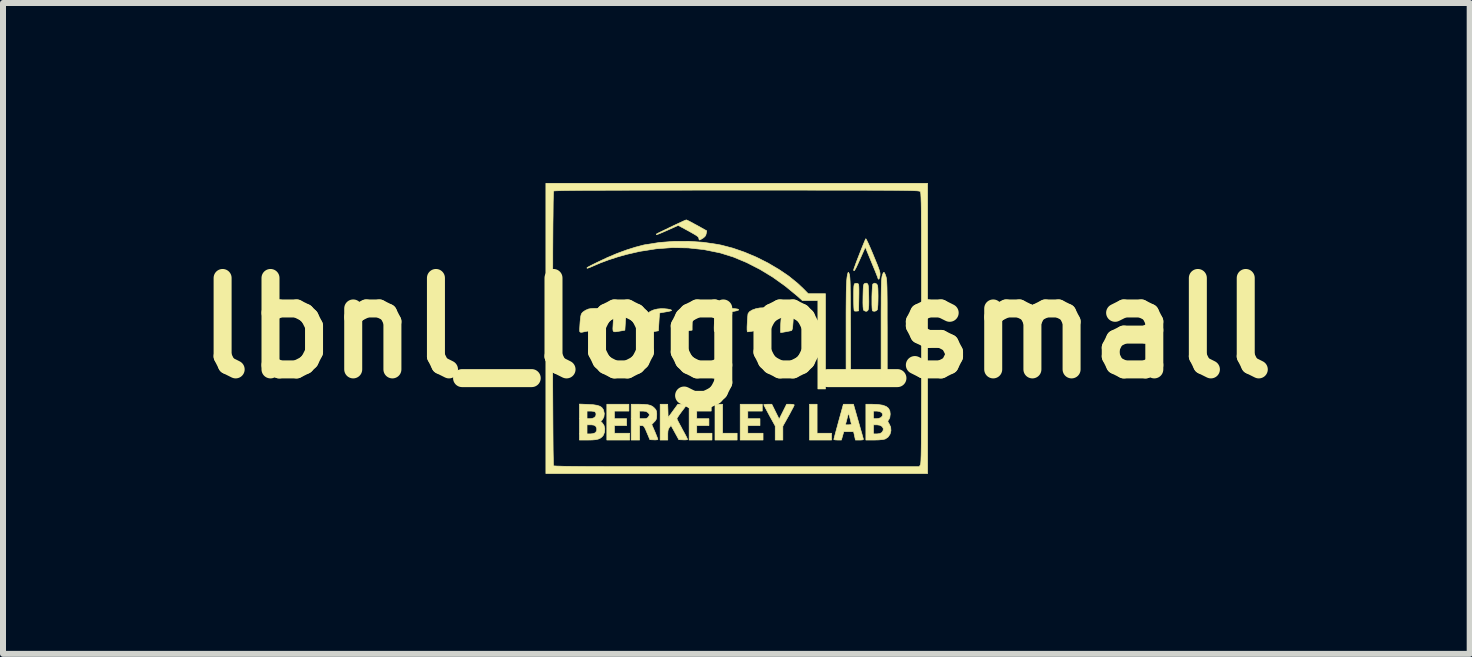
<source format=kicad_pcb>
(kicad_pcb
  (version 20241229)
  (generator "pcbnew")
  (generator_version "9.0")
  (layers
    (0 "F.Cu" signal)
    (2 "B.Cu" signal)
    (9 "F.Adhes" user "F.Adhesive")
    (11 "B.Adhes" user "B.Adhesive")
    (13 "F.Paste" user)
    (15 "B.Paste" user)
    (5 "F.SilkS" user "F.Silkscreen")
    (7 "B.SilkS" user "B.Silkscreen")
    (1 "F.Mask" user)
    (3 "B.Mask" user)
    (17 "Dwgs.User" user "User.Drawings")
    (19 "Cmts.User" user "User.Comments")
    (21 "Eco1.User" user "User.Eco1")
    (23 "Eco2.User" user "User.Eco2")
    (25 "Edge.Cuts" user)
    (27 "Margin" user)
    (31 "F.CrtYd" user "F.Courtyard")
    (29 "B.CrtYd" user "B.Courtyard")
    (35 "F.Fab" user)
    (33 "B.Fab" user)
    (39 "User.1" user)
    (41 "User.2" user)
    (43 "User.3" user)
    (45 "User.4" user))
  (footprint "lbnl_logo_small"
    (layer "F.Cu")
    (at 9.224 2.418)
    (property "Reference" "lbnl_logo_small" (at 0 0 0) (layer "F.SilkS") (effects (font (size 1.524 1.524) (thickness 0.3))))
    (attr through_hole)
    (fp_poly (pts (xy -0.229 1.753) (xy 0.013 1.753) (xy 0.013 1.867) (xy -0.356 1.867) (xy -0.356 1.27) (xy -0.229 1.27) (xy -0.229 1.753)) (stroke (width 0.01) (type solid)) (fill yes) (layer "F.SilkS"))
    (fp_poly (pts (xy 1.346 1.753) (xy 1.587 1.753) (xy 1.587 1.867) (xy 1.219 1.867) (xy 1.219 1.27) (xy 1.346 1.27) (xy 1.346 1.753)) (stroke (width 0.01) (type solid)) (fill yes) (layer "F.SilkS"))
    (fp_poly (pts (xy -1.791 1.384) (xy -2.032 1.384) (xy -2.032 1.511) (xy -1.829 1.511) (xy -1.829 1.626) (xy -2.032 1.626) (xy -2.032 1.753) (xy -1.778 1.753) (xy -1.778 1.867) (xy -2.159 1.867) (xy -2.159 1.27) (xy -1.791 1.27) (xy -1.791 1.384)) (stroke (width 0.01) (type solid)) (fill yes) (layer "F.SilkS"))
    (fp_poly (pts (xy -0.419 1.384) (xy -0.66 1.384) (xy -0.66 1.511) (xy -0.457 1.511) (xy -0.457 1.626) (xy -0.66 1.626) (xy -0.66 1.753) (xy -0.406 1.753) (xy -0.406 1.867) (xy -0.787 1.867) (xy -0.787 1.27) (xy -0.419 1.27) (xy -0.419 1.384)) (stroke (width 0.01) (type solid)) (fill yes) (layer "F.SilkS"))
    (fp_poly (pts (xy 0.432 1.384) (xy 0.191 1.384) (xy 0.191 1.511) (xy 0.394 1.511) (xy 0.394 1.626) (xy 0.191 1.626) (xy 0.191 1.753) (xy 0.445 1.753) (xy 0.445 1.867) (xy 0.064 1.867) (xy 0.064 1.27) (xy 0.432 1.27) (xy 0.432 1.384)) (stroke (width 0.01) (type solid)) (fill yes) (layer "F.SilkS"))
    (fp_poly (pts (xy 0.714 1.518) (xy 0.838 1.27) (xy 0.902 1.27) (xy 0.938 1.272) (xy 0.961 1.278) (xy 0.965 1.283) (xy 0.959 1.298) (xy 0.943 1.331) (xy 0.918 1.377) (xy 0.888 1.434) (xy 0.87 1.466) (xy 0.775 1.636) (xy 0.775 1.867) (xy 0.648 1.867) (xy 0.648 1.633) (xy 0.552 1.459) (xy 0.52 1.399) (xy 0.492 1.347) (xy 0.471 1.307) (xy 0.459 1.283) (xy 0.457 1.277) (xy 0.469 1.273) (xy 0.498 1.271) (xy 0.524 1.27) (xy 0.591 1.27) (xy 0.714 1.518)) (stroke (width 0.01) (type solid)) (fill yes) (layer "F.SilkS"))
    (fp_poly (pts (xy 2.021 -0.742) (xy 2.03 -0.738) (xy 2.036 -0.729) (xy 2.04 -0.712) (xy 2.042 -0.684) (xy 2.043 -0.64) (xy 2.043 -0.577) (xy 2.042 -0.51) (xy 2.038 -0.286) (xy 2.006 -0.282) (xy 1.978 -0.282) (xy 1.965 -0.287) (xy 1.962 -0.302) (xy 1.959 -0.339) (xy 1.957 -0.391) (xy 1.956 -0.457) (xy 1.956 -0.515) (xy 1.956 -0.596) (xy 1.957 -0.654) (xy 1.959 -0.694) (xy 1.963 -0.72) (xy 1.968 -0.734) (xy 1.975 -0.741) (xy 1.977 -0.742) (xy 2.006 -0.745) (xy 2.021 -0.742)) (stroke (width 0.01) (type solid)) (fill yes) (layer "F.SilkS"))
    (fp_poly (pts (xy 2.333 -0.738) (xy 2.342 -0.729) (xy 2.35 -0.717) (xy 2.356 -0.696) (xy 2.359 -0.663) (xy 2.361 -0.613) (xy 2.362 -0.543) (xy 2.362 -0.519) (xy 2.361 -0.448) (xy 2.359 -0.386) (xy 2.355 -0.338) (xy 2.351 -0.309) (xy 2.349 -0.304) (xy 2.328 -0.286) (xy 2.298 -0.279) (xy 2.272 -0.285) (xy 2.269 -0.288) (xy 2.265 -0.305) (xy 2.262 -0.341) (xy 2.26 -0.393) (xy 2.26 -0.455) (xy 2.26 -0.521) (xy 2.262 -0.586) (xy 2.265 -0.645) (xy 2.268 -0.693) (xy 2.272 -0.725) (xy 2.276 -0.734) (xy 2.304 -0.748) (xy 2.333 -0.738)) (stroke (width 0.01) (type solid)) (fill yes) (layer "F.SilkS"))
    (fp_poly (pts (xy 1.88 -0.907) (xy 1.887 -0.883) (xy 1.89 -0.862) (xy 1.893 -0.828) (xy 1.896 -0.78) (xy 1.898 -0.716) (xy 1.899 -0.634) (xy 1.901 -0.534) (xy 1.902 -0.414) (xy 1.903 -0.272) (xy 1.903 -0.107) (xy 1.904 0.048) (xy 1.905 0.914) (xy 1.829 0.914) (xy 1.829 0.07) (xy 1.829 -0.107) (xy 1.829 -0.262) (xy 1.83 -0.394) (xy 1.831 -0.507) (xy 1.832 -0.602) (xy 1.834 -0.681) (xy 1.837 -0.745) (xy 1.84 -0.797) (xy 1.844 -0.839) (xy 1.849 -0.872) (xy 1.854 -0.898) (xy 1.861 -0.919) (xy 1.863 -0.927) (xy 1.87 -0.928) (xy 1.88 -0.907)) (stroke (width 0.01) (type solid)) (fill yes) (layer "F.SilkS"))
    (fp_poly (pts (xy 2.181 -0.742) (xy 2.19 -0.733) (xy 2.196 -0.719) (xy 2.2 -0.694) (xy 2.203 -0.656) (xy 2.205 -0.6) (xy 2.207 -0.522) (xy 2.207 -0.521) (xy 2.208 -0.436) (xy 2.207 -0.374) (xy 2.203 -0.33) (xy 2.197 -0.302) (xy 2.186 -0.287) (xy 2.171 -0.28) (xy 2.159 -0.279) (xy 2.132 -0.289) (xy 2.122 -0.297) (xy 2.116 -0.316) (xy 2.112 -0.358) (xy 2.11 -0.422) (xy 2.111 -0.511) (xy 2.111 -0.521) (xy 2.113 -0.599) (xy 2.115 -0.656) (xy 2.118 -0.694) (xy 2.122 -0.719) (xy 2.128 -0.733) (xy 2.137 -0.741) (xy 2.137 -0.742) (xy 2.164 -0.749) (xy 2.181 -0.742)) (stroke (width 0.01) (type solid)) (fill yes) (layer "F.SilkS"))
    (fp_poly (pts (xy -1.773 -0.328) (xy -1.709 -0.324) (xy -1.667 -0.317) (xy -1.649 -0.308) (xy -1.655 -0.298) (xy -1.686 -0.288) (xy -1.733 -0.279) (xy -1.779 -0.27) (xy -1.815 -0.262) (xy -1.834 -0.256) (xy -1.835 -0.255) (xy -1.837 -0.239) (xy -1.841 -0.204) (xy -1.845 -0.155) (xy -1.849 -0.105) (xy -1.858 0.036) (xy -1.936 0.05) (xy -1.989 0.059) (xy -2.024 0.063) (xy -2.046 0.058) (xy -2.056 0.041) (xy -2.058 0.007) (xy -2.055 -0.047) (xy -2.053 -0.085) (xy -2.049 -0.15) (xy -2.045 -0.196) (xy -2.039 -0.226) (xy -2.03 -0.246) (xy -2.018 -0.262) (xy -1.969 -0.298) (xy -1.905 -0.32) (xy -1.822 -0.329) (xy -1.773 -0.328)) (stroke (width 0.01) (type solid)) (fill yes) (layer "F.SilkS"))
    (fp_poly (pts (xy -0.654 -0.328) (xy -0.59 -0.323) (xy -0.549 -0.316) (xy -0.532 -0.307) (xy -0.538 -0.297) (xy -0.569 -0.287) (xy -0.6 -0.281) (xy -0.645 -0.273) (xy -0.682 -0.268) (xy -0.701 -0.267) (xy -0.713 -0.255) (xy -0.723 -0.22) (xy -0.73 -0.167) (xy -0.735 -0.099) (xy -0.737 -0.03) (xy -0.737 0.035) (xy -0.817 0.049) (xy -0.87 0.059) (xy -0.906 0.063) (xy -0.928 0.058) (xy -0.938 0.041) (xy -0.941 0.007) (xy -0.938 -0.047) (xy -0.936 -0.084) (xy -0.933 -0.149) (xy -0.928 -0.194) (xy -0.922 -0.224) (xy -0.914 -0.245) (xy -0.901 -0.261) (xy -0.901 -0.261) (xy -0.852 -0.298) (xy -0.788 -0.32) (xy -0.707 -0.329) (xy -0.654 -0.328)) (stroke (width 0.01) (type solid)) (fill yes) (layer "F.SilkS"))
    (fp_poly (pts (xy 2.47 -0.92) (xy 2.484 -0.887) (xy 2.494 -0.858) (xy 2.498 -0.843) (xy 2.502 -0.825) (xy 2.505 -0.801) (xy 2.507 -0.769) (xy 2.509 -0.727) (xy 2.511 -0.675) (xy 2.512 -0.609) (xy 2.513 -0.527) (xy 2.514 -0.429) (xy 2.514 -0.312) (xy 2.514 -0.174) (xy 2.515 -0.013) (xy 2.515 0.059) (xy 2.515 0.914) (xy 2.413 0.914) (xy 2.413 0.047) (xy 2.413 -0.125) (xy 2.413 -0.274) (xy 2.414 -0.401) (xy 2.414 -0.508) (xy 2.415 -0.597) (xy 2.416 -0.67) (xy 2.418 -0.728) (xy 2.419 -0.775) (xy 2.422 -0.811) (xy 2.425 -0.838) (xy 2.428 -0.859) (xy 2.432 -0.875) (xy 2.434 -0.881) (xy 2.447 -0.916) (xy 2.458 -0.929) (xy 2.47 -0.92)) (stroke (width 0.01) (type solid)) (fill yes) (layer "F.SilkS"))
    (fp_poly (pts (xy -0.092 -0.328) (xy -0.026 -0.323) (xy 0.018 -0.317) (xy 0.039 -0.308) (xy 0.036 -0.299) (xy 0.01 -0.289) (xy -0.029 -0.281) (xy -0.074 -0.273) (xy -0.111 -0.268) (xy -0.129 -0.267) (xy -0.142 -0.255) (xy -0.152 -0.22) (xy -0.16 -0.166) (xy -0.164 -0.095) (xy -0.165 -0.038) (xy -0.165 0.035) (xy -0.246 0.049) (xy -0.302 0.059) (xy -0.338 0.062) (xy -0.359 0.06) (xy -0.367 0.052) (xy -0.369 0.041) (xy -0.37 -0.006) (xy -0.368 -0.064) (xy -0.365 -0.125) (xy -0.361 -0.177) (xy -0.358 -0.209) (xy -0.35 -0.238) (xy -0.337 -0.259) (xy -0.31 -0.279) (xy -0.279 -0.296) (xy -0.244 -0.313) (xy -0.215 -0.324) (xy -0.183 -0.329) (xy -0.14 -0.329) (xy -0.092 -0.328)) (stroke (width 0.01) (type solid)) (fill yes) (layer "F.SilkS"))
    (fp_poly (pts (xy -1.2 -0.322) (xy -1.148 -0.317) (xy -1.107 -0.309) (xy -1.083 -0.3) (xy -1.079 -0.294) (xy -1.091 -0.287) (xy -1.122 -0.279) (xy -1.166 -0.271) (xy -1.177 -0.269) (xy -1.224 -0.261) (xy -1.259 -0.255) (xy -1.277 -0.251) (xy -1.278 -0.25) (xy -1.28 -0.237) (xy -1.283 -0.204) (xy -1.287 -0.155) (xy -1.29 -0.1) (xy -1.299 0.046) (xy -1.386 0.061) (xy -1.432 0.069) (xy -1.469 0.074) (xy -1.488 0.076) (xy -1.488 0.076) (xy -1.494 0.068) (xy -1.497 0.041) (xy -1.498 -0.006) (xy -1.495 -0.077) (xy -1.495 -0.077) (xy -1.491 -0.139) (xy -1.485 -0.191) (xy -1.479 -0.23) (xy -1.473 -0.248) (xy -1.436 -0.277) (xy -1.382 -0.301) (xy -1.319 -0.317) (xy -1.258 -0.323) (xy -1.2 -0.322)) (stroke (width 0.01) (type solid)) (fill yes) (layer "F.SilkS"))
    (fp_poly (pts (xy 0.524 -0.331) (xy 0.563 -0.321) (xy 0.589 -0.312) (xy 0.597 -0.306) (xy 0.585 -0.3) (xy 0.555 -0.292) (xy 0.512 -0.283) (xy 0.507 -0.283) (xy 0.462 -0.275) (xy 0.427 -0.267) (xy 0.41 -0.261) (xy 0.409 -0.261) (xy 0.403 -0.243) (xy 0.396 -0.207) (xy 0.39 -0.158) (xy 0.385 -0.103) (xy 0.382 -0.049) (xy 0.382 -0.038) (xy 0.381 0.033) (xy 0.292 0.048) (xy 0.246 0.056) (xy 0.209 0.061) (xy 0.189 0.063) (xy 0.188 0.064) (xy 0.182 0.055) (xy 0.179 0.028) (xy 0.179 -0.02) (xy 0.182 -0.08) (xy 0.185 -0.139) (xy 0.189 -0.19) (xy 0.193 -0.227) (xy 0.196 -0.242) (xy 0.221 -0.274) (xy 0.266 -0.301) (xy 0.324 -0.322) (xy 0.39 -0.335) (xy 0.459 -0.338) (xy 0.524 -0.331)) (stroke (width 0.01) (type solid)) (fill yes) (layer "F.SilkS"))
    (fp_poly (pts (xy 1.074 -0.324) (xy 1.104 -0.318) (xy 1.137 -0.306) (xy 1.145 -0.296) (xy 1.129 -0.287) (xy 1.088 -0.278) (xy 1.058 -0.273) (xy 1.016 -0.267) (xy 0.986 -0.257) (xy 0.967 -0.239) (xy 0.956 -0.209) (xy 0.949 -0.163) (xy 0.945 -0.099) (xy 0.94 -0.036) (xy 0.935 0.006) (xy 0.928 0.03) (xy 0.92 0.042) (xy 0.916 0.043) (xy 0.895 0.048) (xy 0.859 0.055) (xy 0.817 0.063) (xy 0.777 0.07) (xy 0.748 0.075) (xy 0.739 0.076) (xy 0.737 0.064) (xy 0.737 0.032) (xy 0.738 -0.016) (xy 0.74 -0.075) (xy 0.74 -0.077) (xy 0.745 -0.146) (xy 0.751 -0.201) (xy 0.758 -0.237) (xy 0.764 -0.25) (xy 0.804 -0.281) (xy 0.861 -0.306) (xy 0.93 -0.322) (xy 1.003 -0.329) (xy 1.074 -0.324)) (stroke (width 0.01) (type solid)) (fill yes) (layer "F.SilkS"))
    (fp_poly (pts (xy -2.306 -0.326) (xy -2.253 -0.321) (xy -2.214 -0.313) (xy -2.204 -0.308) (xy -2.194 -0.3) (xy -2.201 -0.293) (xy -2.227 -0.286) (xy -2.255 -0.28) (xy -2.301 -0.271) (xy -2.339 -0.264) (xy -2.357 -0.26) (xy -2.374 -0.252) (xy -2.384 -0.231) (xy -2.391 -0.193) (xy -2.392 -0.188) (xy -2.397 -0.135) (xy -2.4 -0.075) (xy -2.4 -0.042) (xy -2.4 0.036) (xy -2.473 0.05) (xy -2.519 0.059) (xy -2.558 0.067) (xy -2.575 0.071) (xy -2.601 0.069) (xy -2.61 0.06) (xy -2.612 0.042) (xy -2.611 0.003) (xy -2.608 -0.048) (xy -2.605 -0.095) (xy -2.599 -0.157) (xy -2.593 -0.199) (xy -2.586 -0.227) (xy -2.576 -0.246) (xy -2.562 -0.262) (xy -2.554 -0.269) (xy -2.516 -0.295) (xy -2.47 -0.315) (xy -2.461 -0.318) (xy -2.418 -0.325) (xy -2.364 -0.328) (xy -2.306 -0.326)) (stroke (width 0.01) (type solid)) (fill yes) (layer "F.SilkS"))
    (fp_poly (pts (xy -0.819 -1.797) (xy -0.786 -1.781) (xy -0.74 -1.757) (xy -0.684 -1.726) (xy -0.657 -1.712) (xy -0.493 -1.62) (xy -0.502 -1.576) (xy -0.51 -1.546) (xy -0.526 -1.523) (xy -0.554 -1.5) (xy -0.587 -1.48) (xy -0.61 -1.468) (xy -0.62 -1.471) (xy -0.625 -1.493) (xy -0.629 -1.508) (xy -0.641 -1.523) (xy -0.664 -1.541) (xy -0.702 -1.564) (xy -0.756 -1.595) (xy -0.799 -1.619) (xy -0.969 -1.711) (xy -1.147 -1.631) (xy -1.209 -1.604) (xy -1.263 -1.581) (xy -1.303 -1.565) (xy -1.327 -1.557) (xy -1.332 -1.556) (xy -1.332 -1.567) (xy -1.318 -1.575) (xy -1.285 -1.592) (xy -1.237 -1.615) (xy -1.179 -1.643) (xy -1.115 -1.674) (xy -1.05 -1.705) (xy -0.986 -1.735) (xy -0.928 -1.762) (xy -0.881 -1.784) (xy -0.848 -1.798) (xy -0.834 -1.803) (xy -0.834 -1.803) (xy -0.819 -1.797)) (stroke (width 0.01) (type solid)) (fill yes) (layer "F.SilkS"))
    (fp_poly (pts (xy -0.845 1.272) (xy -0.836 1.279) (xy -0.841 1.295) (xy -0.859 1.323) (xy -0.892 1.366) (xy -0.917 1.399) (xy -0.949 1.443) (xy -0.973 1.479) (xy -0.988 1.504) (xy -0.991 1.51) (xy -0.985 1.526) (xy -0.969 1.559) (xy -0.944 1.606) (xy -0.914 1.661) (xy -0.902 1.685) (xy -0.87 1.743) (xy -0.843 1.793) (xy -0.824 1.831) (xy -0.814 1.853) (xy -0.813 1.857) (xy -0.824 1.862) (xy -0.854 1.865) (xy -0.886 1.864) (xy -0.959 1.861) (xy -1.024 1.742) (xy -1.089 1.624) (xy -1.116 1.658) (xy -1.132 1.684) (xy -1.14 1.716) (xy -1.143 1.763) (xy -1.143 1.78) (xy -1.143 1.867) (xy -1.27 1.867) (xy -1.27 1.27) (xy -1.144 1.27) (xy -1.14 1.381) (xy -1.137 1.492) (xy -1.056 1.381) (xy -0.975 1.27) (xy -0.899 1.27) (xy -0.866 1.27) (xy -0.845 1.272)) (stroke (width 0.01) (type solid)) (fill yes) (layer "F.SilkS"))
    (fp_poly (pts (xy 2.165 -1.48) (xy 2.18 -1.451) (xy 2.202 -1.405) (xy 2.229 -1.344) (xy 2.26 -1.272) (xy 2.284 -1.214) (xy 2.321 -1.124) (xy 2.35 -1.054) (xy 2.37 -1.001) (xy 2.384 -0.961) (xy 2.392 -0.931) (xy 2.395 -0.908) (xy 2.395 -0.887) (xy 2.393 -0.871) (xy 2.386 -0.837) (xy 2.377 -0.816) (xy 2.373 -0.813) (xy 2.362 -0.822) (xy 2.362 -0.824) (xy 2.358 -0.838) (xy 2.345 -0.872) (xy 2.325 -0.923) (xy 2.299 -0.987) (xy 2.269 -1.059) (xy 2.256 -1.091) (xy 2.15 -1.348) (xy 2.062 -1.15) (xy 2.026 -1.07) (xy 1.999 -1.012) (xy 1.978 -0.974) (xy 1.965 -0.956) (xy 1.958 -0.955) (xy 1.956 -0.971) (xy 1.96 -0.987) (xy 1.973 -1.023) (xy 1.991 -1.074) (xy 2.014 -1.135) (xy 2.04 -1.202) (xy 2.067 -1.271) (xy 2.093 -1.337) (xy 2.117 -1.396) (xy 2.137 -1.444) (xy 2.151 -1.477) (xy 2.158 -1.489) (xy 2.165 -1.48)) (stroke (width 0.01) (type solid)) (fill yes) (layer "F.SilkS"))
    (fp_poly (pts (xy 2.031 1.546) (xy 2.054 1.627) (xy 2.075 1.701) (xy 2.093 1.763) (xy 2.106 1.81) (xy 2.114 1.839) (xy 2.116 1.845) (xy 2.117 1.858) (xy 2.105 1.864) (xy 2.076 1.867) (xy 2.054 1.867) (xy 1.985 1.867) (xy 1.97 1.797) (xy 1.954 1.727) (xy 1.791 1.727) (xy 1.751 1.867) (xy 1.688 1.867) (xy 1.652 1.865) (xy 1.629 1.861) (xy 1.625 1.857) (xy 1.628 1.843) (xy 1.637 1.808) (xy 1.651 1.755) (xy 1.669 1.688) (xy 1.69 1.613) (xy 1.818 1.613) (xy 1.868 1.613) (xy 1.899 1.611) (xy 1.916 1.605) (xy 1.917 1.603) (xy 1.914 1.587) (xy 1.906 1.553) (xy 1.895 1.509) (xy 1.894 1.505) (xy 1.871 1.416) (xy 1.855 1.473) (xy 1.843 1.519) (xy 1.832 1.562) (xy 1.829 1.572) (xy 1.818 1.613) (xy 1.69 1.613) (xy 1.69 1.611) (xy 1.704 1.559) (xy 1.784 1.27) (xy 1.952 1.27) (xy 2.031 1.546)) (stroke (width 0.01) (type solid)) (fill yes) (layer "F.SilkS"))
    (fp_poly (pts (xy -1.622 1.27) (xy -1.54 1.272) (xy -1.478 1.278) (xy -1.432 1.289) (xy -1.395 1.308) (xy -1.365 1.334) (xy -1.365 1.334) (xy -1.343 1.36) (xy -1.331 1.387) (xy -1.327 1.424) (xy -1.327 1.448) (xy -1.329 1.493) (xy -1.336 1.522) (xy -1.352 1.548) (xy -1.369 1.565) (xy -1.41 1.608) (xy -1.359 1.725) (xy -1.338 1.776) (xy -1.321 1.819) (xy -1.31 1.847) (xy -1.308 1.855) (xy -1.32 1.862) (xy -1.35 1.865) (xy -1.374 1.864) (xy -1.441 1.861) (xy -1.491 1.743) (xy -1.514 1.689) (xy -1.531 1.655) (xy -1.545 1.636) (xy -1.559 1.628) (xy -1.576 1.626) (xy -1.577 1.626) (xy -1.613 1.626) (xy -1.613 1.867) (xy -1.753 1.867) (xy -1.753 1.384) (xy -1.613 1.384) (xy -1.613 1.511) (xy -1.55 1.511) (xy -1.508 1.509) (xy -1.483 1.499) (xy -1.468 1.483) (xy -1.451 1.455) (xy -1.452 1.435) (xy -1.472 1.411) (xy -1.473 1.41) (xy -1.505 1.39) (xy -1.554 1.384) (xy -1.556 1.384) (xy -1.613 1.384) (xy -1.753 1.384) (xy -1.753 1.27) (xy -1.622 1.27)) (stroke (width 0.01) (type solid)) (fill yes) (layer "F.SilkS"))
    (fp_poly (pts (xy 2.36 1.274) (xy 2.439 1.286) (xy 2.497 1.307) (xy 2.536 1.338) (xy 2.559 1.381) (xy 2.565 1.434) (xy 2.558 1.493) (xy 2.542 1.525) (xy 2.528 1.544) (xy 2.526 1.56) (xy 2.538 1.583) (xy 2.548 1.598) (xy 2.573 1.653) (xy 2.577 1.712) (xy 2.562 1.769) (xy 2.53 1.816) (xy 2.483 1.849) (xy 2.483 1.849) (xy 2.439 1.859) (xy 2.371 1.865) (xy 2.299 1.867) (xy 2.159 1.867) (xy 2.159 1.613) (xy 2.286 1.613) (xy 2.286 1.765) (xy 2.343 1.765) (xy 2.392 1.759) (xy 2.425 1.741) (xy 2.426 1.74) (xy 2.448 1.704) (xy 2.448 1.67) (xy 2.428 1.64) (xy 2.391 1.62) (xy 2.343 1.613) (xy 2.286 1.613) (xy 2.159 1.613) (xy 2.159 1.384) (xy 2.286 1.384) (xy 2.286 1.511) (xy 2.334 1.511) (xy 2.374 1.506) (xy 2.408 1.493) (xy 2.41 1.492) (xy 2.435 1.464) (xy 2.438 1.435) (xy 2.422 1.409) (xy 2.388 1.391) (xy 2.342 1.384) (xy 2.286 1.384) (xy 2.159 1.384) (xy 2.159 1.27) (xy 2.259 1.27) (xy 2.36 1.274)) (stroke (width 0.01) (type solid)) (fill yes) (layer "F.SilkS"))
    (fp_poly (pts (xy -0.547 -1.429) (xy -0.313 -1.394) (xy -0.255 -1.383) (xy -0.06 -1.332) (xy 0.137 -1.264) (xy 0.334 -1.181) (xy 0.525 -1.085) (xy 0.707 -0.978) (xy 0.875 -0.864) (xy 1.024 -0.743) (xy 1.111 -0.661) (xy 1.199 -0.572) (xy 1.486 -0.572) (xy 1.486 1.016) (xy 1.359 1.016) (xy 1.359 -0.457) (xy 1.102 -0.457) (xy 1.012 -0.538) (xy 0.812 -0.702) (xy 0.603 -0.851) (xy 0.388 -0.981) (xy 0.171 -1.092) (xy -0.047 -1.183) (xy -0.261 -1.25) (xy -0.286 -1.256) (xy -0.543 -1.308) (xy -0.803 -1.336) (xy -1.067 -1.341) (xy -1.335 -1.321) (xy -1.61 -1.278) (xy -1.836 -1.226) (xy -1.984 -1.184) (xy -2.131 -1.136) (xy -2.268 -1.085) (xy -2.38 -1.037) (xy -2.426 -1.017) (xy -2.462 -1.003) (xy -2.484 -0.996) (xy -2.487 -0.997) (xy -2.49 -1.001) (xy -2.489 -1.005) (xy -2.48 -1.012) (xy -2.461 -1.023) (xy -2.429 -1.04) (xy -2.38 -1.065) (xy -2.314 -1.097) (xy -2.154 -1.173) (xy -1.991 -1.242) (xy -1.831 -1.301) (xy -1.679 -1.349) (xy -1.541 -1.385) (xy -1.518 -1.389) (xy -1.283 -1.426) (xy -1.039 -1.445) (xy -0.791 -1.446) (xy -0.547 -1.429)) (stroke (width 0.01) (type solid)) (fill yes) (layer "F.SilkS"))
    (fp_poly (pts (xy -2.473 1.273) (xy -2.387 1.278) (xy -2.322 1.288) (xy -2.276 1.303) (xy -2.243 1.324) (xy -2.221 1.354) (xy -2.214 1.367) (xy -2.201 1.426) (xy -2.208 1.482) (xy -2.233 1.528) (xy -2.235 1.53) (xy -2.261 1.558) (xy -2.235 1.581) (xy -2.206 1.623) (xy -2.193 1.677) (xy -2.197 1.734) (xy -2.216 1.785) (xy -2.238 1.813) (xy -2.268 1.836) (xy -2.302 1.851) (xy -2.346 1.861) (xy -2.406 1.866) (xy -2.477 1.867) (xy -2.616 1.867) (xy -2.616 1.613) (xy -2.489 1.613) (xy -2.489 1.765) (xy -2.435 1.765) (xy -2.394 1.761) (xy -2.359 1.749) (xy -2.352 1.746) (xy -2.329 1.716) (xy -2.326 1.678) (xy -2.341 1.641) (xy -2.345 1.636) (xy -2.372 1.619) (xy -2.416 1.613) (xy -2.428 1.613) (xy -2.489 1.613) (xy -2.616 1.613) (xy -2.616 1.384) (xy -2.489 1.384) (xy -2.489 1.511) (xy -2.441 1.511) (xy -2.401 1.506) (xy -2.368 1.493) (xy -2.365 1.492) (xy -2.343 1.463) (xy -2.338 1.429) (xy -2.352 1.4) (xy -2.373 1.39) (xy -2.409 1.385) (xy -2.428 1.384) (xy -2.489 1.384) (xy -2.616 1.384) (xy -2.616 1.267) (xy -2.473 1.273)) (stroke (width 0.01) (type solid)) (fill yes) (layer "F.SilkS"))
    (fp_poly (pts (xy 3.188 2.426) (xy -3.175 2.426) (xy -3.175 -0.062) (xy -3.062 -0.062) (xy -3.062 0.147) (xy -3.062 0.356) (xy -3.062 0.561) (xy -3.061 0.763) (xy -3.061 0.959) (xy -3.06 1.147) (xy -3.059 1.327) (xy -3.058 1.496) (xy -3.057 1.653) (xy -3.056 1.797) (xy -3.055 1.926) (xy -3.054 2.038) (xy -3.052 2.132) (xy -3.05 2.206) (xy -3.049 2.259) (xy -3.047 2.29) (xy -3.045 2.296) (xy -3.038 2.298) (xy -3.02 2.299) (xy -2.989 2.301) (xy -2.946 2.302) (xy -2.889 2.304) (xy -2.818 2.305) (xy -2.732 2.306) (xy -2.63 2.307) (xy -2.512 2.308) (xy -2.376 2.308) (xy -2.222 2.309) (xy -2.049 2.31) (xy -1.857 2.31) (xy -1.645 2.31) (xy -1.411 2.311) (xy -1.156 2.311) (xy -0.878 2.311) (xy -0.576 2.311) (xy -0.251 2.311) (xy 0.008 2.311) (xy 3.047 2.311) (xy 3.066 2.283) (xy 3.069 2.278) (xy 3.071 2.268) (xy 3.073 2.254) (xy 3.075 2.233) (xy 3.077 2.204) (xy 3.078 2.167) (xy 3.08 2.121) (xy 3.081 2.064) (xy 3.082 1.995) (xy 3.083 1.913) (xy 3.083 1.818) (xy 3.084 1.707) (xy 3.085 1.58) (xy 3.085 1.436) (xy 3.085 1.274) (xy 3.086 1.092) (xy 3.086 0.89) (xy 3.086 0.667) (xy 3.086 0.42) (xy 3.086 0.15) (xy 3.086 0.001) (xy 3.086 -0.28) (xy 3.086 -0.538) (xy 3.086 -0.772) (xy 3.086 -0.984) (xy 3.086 -1.175) (xy 3.085 -1.346) (xy 3.085 -1.499) (xy 3.085 -1.633) (xy 3.084 -1.751) (xy 3.083 -1.854) (xy 3.083 -1.942) (xy 3.082 -2.017) (xy 3.081 -2.08) (xy 3.079 -2.132) (xy 3.078 -2.173) (xy 3.076 -2.206) (xy 3.075 -2.231) (xy 3.073 -2.249) (xy 3.071 -2.262) (xy 3.068 -2.27) (xy 3.066 -2.275) (xy 3.065 -2.275) (xy 3.062 -2.278) (xy 3.057 -2.28) (xy 3.05 -2.282) (xy 3.039 -2.284) (xy 3.023 -2.286) (xy 3.002 -2.288) (xy 2.974 -2.289) (xy 2.938 -2.291) (xy 2.895 -2.292) (xy 2.841 -2.293) (xy 2.778 -2.294) (xy 2.703 -2.295) (xy 2.616 -2.296) (xy 2.515 -2.296) (xy 2.401 -2.297) (xy 2.271 -2.297) (xy 2.125 -2.298) (xy 1.963 -2.298) (xy 1.782 -2.298) (xy 1.582 -2.298) (xy 1.363 -2.298) (xy 1.122 -2.299) (xy 0.86 -2.299) (xy 0.575 -2.299) (xy 0.266 -2.299) (xy 0.007 -2.299) (xy -0.337 -2.299) (xy -0.656 -2.299) (xy -0.951 -2.298) (xy -1.223 -2.298) (xy -1.473 -2.298) (xy -1.701 -2.298) (xy -1.909 -2.297) (xy -2.096 -2.297) (xy -2.263 -2.296) (xy -2.413 -2.295) (xy -2.544 -2.295) (xy -2.658 -2.294) (xy -2.756 -2.293) (xy -2.838 -2.292) (xy -2.905 -2.291) (xy -2.959 -2.289) (xy -2.998 -2.288) (xy -3.026 -2.286) (xy -3.041 -2.285) (xy -3.045 -2.283) (xy -3.047 -2.269) (xy -3.049 -2.231) (xy -3.051 -2.17) (xy -3.053 -2.089) (xy -3.054 -1.988) (xy -3.055 -1.87) (xy -3.057 -1.736) (xy -3.058 -1.587) (xy -3.059 -1.425) (xy -3.06 -1.252) (xy -3.06 -1.07) (xy -3.061 -0.878) (xy -3.061 -0.68) (xy -3.062 -0.477) (xy -3.062 -0.271) (xy -3.062 -0.062) (xy -3.175 -0.062) (xy -3.175 -2.413) (xy 3.188 -2.413) (xy 3.188 2.426)) (stroke (width 0.01) (type solid)) (fill yes) (layer "F.SilkS")))
  (gr_rect
    (start -3 -3)
    (end 21.448 7.849)
    (stroke (width 0.1) (type default))
    (fill no)
    (layer "Edge.Cuts")))
</source>
